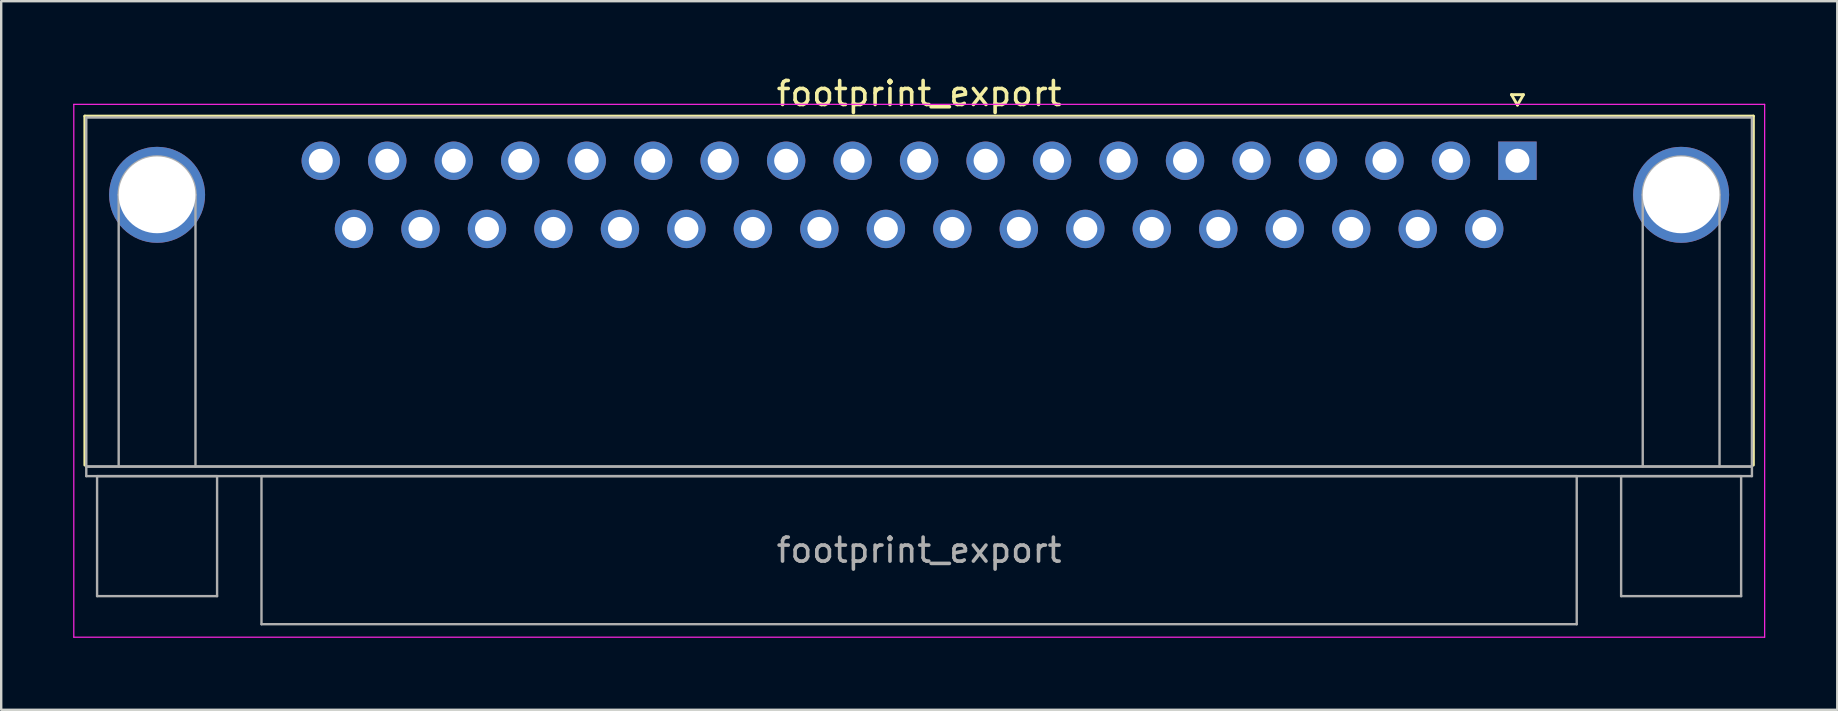
<source format=kicad_pcb>
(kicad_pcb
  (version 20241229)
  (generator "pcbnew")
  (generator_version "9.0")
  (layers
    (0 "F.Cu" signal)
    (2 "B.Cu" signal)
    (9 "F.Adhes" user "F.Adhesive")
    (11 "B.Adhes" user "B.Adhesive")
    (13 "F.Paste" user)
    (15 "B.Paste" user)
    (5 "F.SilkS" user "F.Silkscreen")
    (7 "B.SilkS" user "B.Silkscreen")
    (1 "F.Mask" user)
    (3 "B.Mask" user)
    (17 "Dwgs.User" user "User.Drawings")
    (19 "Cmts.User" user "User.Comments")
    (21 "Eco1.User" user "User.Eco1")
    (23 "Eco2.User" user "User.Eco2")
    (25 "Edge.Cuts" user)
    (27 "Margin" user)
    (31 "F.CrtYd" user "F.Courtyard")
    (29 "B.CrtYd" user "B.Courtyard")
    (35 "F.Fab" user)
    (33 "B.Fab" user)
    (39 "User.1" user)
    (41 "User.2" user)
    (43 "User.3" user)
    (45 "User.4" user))
  (footprint "footprint_export"
    (layer "F.Cu")
    (at 60.175 3.648)
    (property "Reference" "footprint_export" (at -24.93 -2.8 0) (layer "F.SilkS") (effects (font (size 1 1) (thickness 0.15))))
    (attr through_hole)
    (fp_line (start -59.69 -1.86) (end 9.83 -1.86) (stroke (width 0.12) (type solid)) (layer "F.SilkS"))
    (fp_line (start -59.69 12.68) (end -59.69 -1.86) (stroke (width 0.12) (type solid)) (layer "F.SilkS"))
    (fp_line (start -0.25 -2.754) (end 0.25 -2.754) (stroke (width 0.12) (type solid)) (layer "F.SilkS"))
    (fp_line (start 0 -2.321) (end -0.25 -2.754) (stroke (width 0.12) (type solid)) (layer "F.SilkS"))
    (fp_line (start 0.25 -2.754) (end 0 -2.321) (stroke (width 0.12) (type solid)) (layer "F.SilkS"))
    (fp_line (start 9.83 -1.86) (end 9.83 12.68) (stroke (width 0.12) (type solid)) (layer "F.SilkS"))
    (fp_line (start -60.15 -2.35) (end -60.15 19.85) (stroke (width 0.05) (type solid)) (layer "F.CrtYd"))
    (fp_line (start -60.15 19.85) (end 10.3 19.85) (stroke (width 0.05) (type solid)) (layer "F.CrtYd"))
    (fp_line (start 10.3 -2.35) (end -60.15 -2.35) (stroke (width 0.05) (type solid)) (layer "F.CrtYd"))
    (fp_line (start 10.3 19.85) (end 10.3 -2.35) (stroke (width 0.05) (type solid)) (layer "F.CrtYd"))
    (fp_line (start -59.63 -1.8) (end -59.63 12.74) (stroke (width 0.1) (type solid)) (layer "F.Fab"))
    (fp_line (start -59.63 12.74) (end -59.63 13.14) (stroke (width 0.1) (type solid)) (layer "F.Fab"))
    (fp_line (start -59.63 12.74) (end 9.77 12.74) (stroke (width 0.1) (type solid)) (layer "F.Fab"))
    (fp_line (start -59.63 13.14) (end 9.77 13.14) (stroke (width 0.1) (type solid)) (layer "F.Fab"))
    (fp_line (start -59.18 13.14) (end -59.18 18.14) (stroke (width 0.1) (type solid)) (layer "F.Fab"))
    (fp_line (start -59.18 18.14) (end -54.18 18.14) (stroke (width 0.1) (type solid)) (layer "F.Fab"))
    (fp_line (start -58.28 12.74) (end -58.28 1.42) (stroke (width 0.1) (type solid)) (layer "F.Fab"))
    (fp_line (start -55.08 12.74) (end -55.08 1.42) (stroke (width 0.1) (type solid)) (layer "F.Fab"))
    (fp_line (start -54.18 13.14) (end -59.18 13.14) (stroke (width 0.1) (type solid)) (layer "F.Fab"))
    (fp_line (start -54.18 18.14) (end -54.18 13.14) (stroke (width 0.1) (type solid)) (layer "F.Fab"))
    (fp_line (start -52.33 13.14) (end -52.33 19.31) (stroke (width 0.1) (type solid)) (layer "F.Fab"))
    (fp_line (start -52.33 19.31) (end 2.47 19.31) (stroke (width 0.1) (type solid)) (layer "F.Fab"))
    (fp_line (start 2.47 13.14) (end -52.33 13.14) (stroke (width 0.1) (type solid)) (layer "F.Fab"))
    (fp_line (start 2.47 19.31) (end 2.47 13.14) (stroke (width 0.1) (type solid)) (layer "F.Fab"))
    (fp_line (start 4.32 13.14) (end 4.32 18.14) (stroke (width 0.1) (type solid)) (layer "F.Fab"))
    (fp_line (start 4.32 18.14) (end 9.32 18.14) (stroke (width 0.1) (type solid)) (layer "F.Fab"))
    (fp_line (start 5.22 12.74) (end 5.22 1.42) (stroke (width 0.1) (type solid)) (layer "F.Fab"))
    (fp_line (start 8.42 12.74) (end 8.42 1.42) (stroke (width 0.1) (type solid)) (layer "F.Fab"))
    (fp_line (start 9.32 13.14) (end 4.32 13.14) (stroke (width 0.1) (type solid)) (layer "F.Fab"))
    (fp_line (start 9.32 18.14) (end 9.32 13.14) (stroke (width 0.1) (type solid)) (layer "F.Fab"))
    (fp_line (start 9.77 -1.8) (end -59.63 -1.8) (stroke (width 0.1) (type solid)) (layer "F.Fab"))
    (fp_line (start 9.77 12.74) (end -59.63 12.74) (stroke (width 0.1) (type solid)) (layer "F.Fab"))
    (fp_line (start 9.77 12.74) (end 9.77 -1.8) (stroke (width 0.1) (type solid)) (layer "F.Fab"))
    (fp_line (start 9.77 13.14) (end 9.77 12.74) (stroke (width 0.1) (type solid)) (layer "F.Fab"))
    (fp_arc (start -58.28 1.42) (mid -56.68 -0.18) (end -55.08 1.42) (stroke (width 0.1) (type solid)) (layer "F.Fab"))
    (fp_arc (start 5.22 1.42) (mid 6.82 -0.18) (end 8.42 1.42) (stroke (width 0.1) (type solid)) (layer "F.Fab"))
    (fp_text user "${REFERENCE}" (at -24.93 16.225 0) (layer "F.Fab") (effects (font (size 1 1) (thickness 0.15))))
    (pad "0" thru_hole circle (at -56.68 1.42) (size 4 4) (drill 3.2) (layers "*.Cu" "*.Mask"))
    (pad "0" thru_hole circle (at 6.82 1.42) (size 4 4) (drill 3.2) (layers "*.Cu" "*.Mask"))
    (pad "1" thru_hole rect (at 0 0) (size 1.6 1.6) (drill 1) (layers "*.Cu" "*.Mask"))
    (pad "2" thru_hole circle (at -2.77 0) (size 1.6 1.6) (drill 1) (layers "*.Cu" "*.Mask"))
    (pad "3" thru_hole circle (at -5.54 0) (size 1.6 1.6) (drill 1) (layers "*.Cu" "*.Mask"))
    (pad "4" thru_hole circle (at -8.31 0) (size 1.6 1.6) (drill 1) (layers "*.Cu" "*.Mask"))
    (pad "5" thru_hole circle (at -11.08 0) (size 1.6 1.6) (drill 1) (layers "*.Cu" "*.Mask"))
    (pad "6" thru_hole circle (at -13.85 0) (size 1.6 1.6) (drill 1) (layers "*.Cu" "*.Mask"))
    (pad "7" thru_hole circle (at -16.62 0) (size 1.6 1.6) (drill 1) (layers "*.Cu" "*.Mask"))
    (pad "8" thru_hole circle (at -19.39 0) (size 1.6 1.6) (drill 1) (layers "*.Cu" "*.Mask"))
    (pad "9" thru_hole circle (at -22.16 0) (size 1.6 1.6) (drill 1) (layers "*.Cu" "*.Mask"))
    (pad "10" thru_hole circle (at -24.93 0) (size 1.6 1.6) (drill 1) (layers "*.Cu" "*.Mask"))
    (pad "11" thru_hole circle (at -27.7 0) (size 1.6 1.6) (drill 1) (layers "*.Cu" "*.Mask"))
    (pad "12" thru_hole circle (at -30.47 0) (size 1.6 1.6) (drill 1) (layers "*.Cu" "*.Mask"))
    (pad "13" thru_hole circle (at -33.24 0) (size 1.6 1.6) (drill 1) (layers "*.Cu" "*.Mask"))
    (pad "14" thru_hole circle (at -36.01 0) (size 1.6 1.6) (drill 1) (layers "*.Cu" "*.Mask"))
    (pad "15" thru_hole circle (at -38.78 0) (size 1.6 1.6) (drill 1) (layers "*.Cu" "*.Mask"))
    (pad "16" thru_hole circle (at -41.55 0) (size 1.6 1.6) (drill 1) (layers "*.Cu" "*.Mask"))
    (pad "17" thru_hole circle (at -44.32 0) (size 1.6 1.6) (drill 1) (layers "*.Cu" "*.Mask"))
    (pad "18" thru_hole circle (at -47.09 0) (size 1.6 1.6) (drill 1) (layers "*.Cu" "*.Mask"))
    (pad "19" thru_hole circle (at -49.86 0) (size 1.6 1.6) (drill 1) (layers "*.Cu" "*.Mask"))
    (pad "20" thru_hole circle (at -1.385 2.84) (size 1.6 1.6) (drill 1) (layers "*.Cu" "*.Mask"))
    (pad "21" thru_hole circle (at -4.155 2.84) (size 1.6 1.6) (drill 1) (layers "*.Cu" "*.Mask"))
    (pad "22" thru_hole circle (at -6.925 2.84) (size 1.6 1.6) (drill 1) (layers "*.Cu" "*.Mask"))
    (pad "23" thru_hole circle (at -9.695 2.84) (size 1.6 1.6) (drill 1) (layers "*.Cu" "*.Mask"))
    (pad "24" thru_hole circle (at -12.465 2.84) (size 1.6 1.6) (drill 1) (layers "*.Cu" "*.Mask"))
    (pad "25" thru_hole circle (at -15.235 2.84) (size 1.6 1.6) (drill 1) (layers "*.Cu" "*.Mask"))
    (pad "26" thru_hole circle (at -18.005 2.84) (size 1.6 1.6) (drill 1) (layers "*.Cu" "*.Mask"))
    (pad "27" thru_hole circle (at -20.775 2.84) (size 1.6 1.6) (drill 1) (layers "*.Cu" "*.Mask"))
    (pad "28" thru_hole circle (at -23.545 2.84) (size 1.6 1.6) (drill 1) (layers "*.Cu" "*.Mask"))
    (pad "29" thru_hole circle (at -26.315 2.84) (size 1.6 1.6) (drill 1) (layers "*.Cu" "*.Mask"))
    (pad "30" thru_hole circle (at -29.085 2.84) (size 1.6 1.6) (drill 1) (layers "*.Cu" "*.Mask"))
    (pad "31" thru_hole circle (at -31.855 2.84) (size 1.6 1.6) (drill 1) (layers "*.Cu" "*.Mask"))
    (pad "32" thru_hole circle (at -34.625 2.84) (size 1.6 1.6) (drill 1) (layers "*.Cu" "*.Mask"))
    (pad "33" thru_hole circle (at -37.395 2.84) (size 1.6 1.6) (drill 1) (layers "*.Cu" "*.Mask"))
    (pad "34" thru_hole circle (at -40.165 2.84) (size 1.6 1.6) (drill 1) (layers "*.Cu" "*.Mask"))
    (pad "35" thru_hole circle (at -42.935 2.84) (size 1.6 1.6) (drill 1) (layers "*.Cu" "*.Mask"))
    (pad "36" thru_hole circle (at -45.705 2.84) (size 1.6 1.6) (drill 1) (layers "*.Cu" "*.Mask"))
    (pad "37" thru_hole circle (at -48.475 2.84) (size 1.6 1.6) (drill 1) (layers "*.Cu" "*.Mask")))
  (gr_rect
    (start -3 -3)
    (end 73.5 26.523)
    (stroke (width 0.1) (type default))
    (fill no)
    (layer "Edge.Cuts")))
</source>
